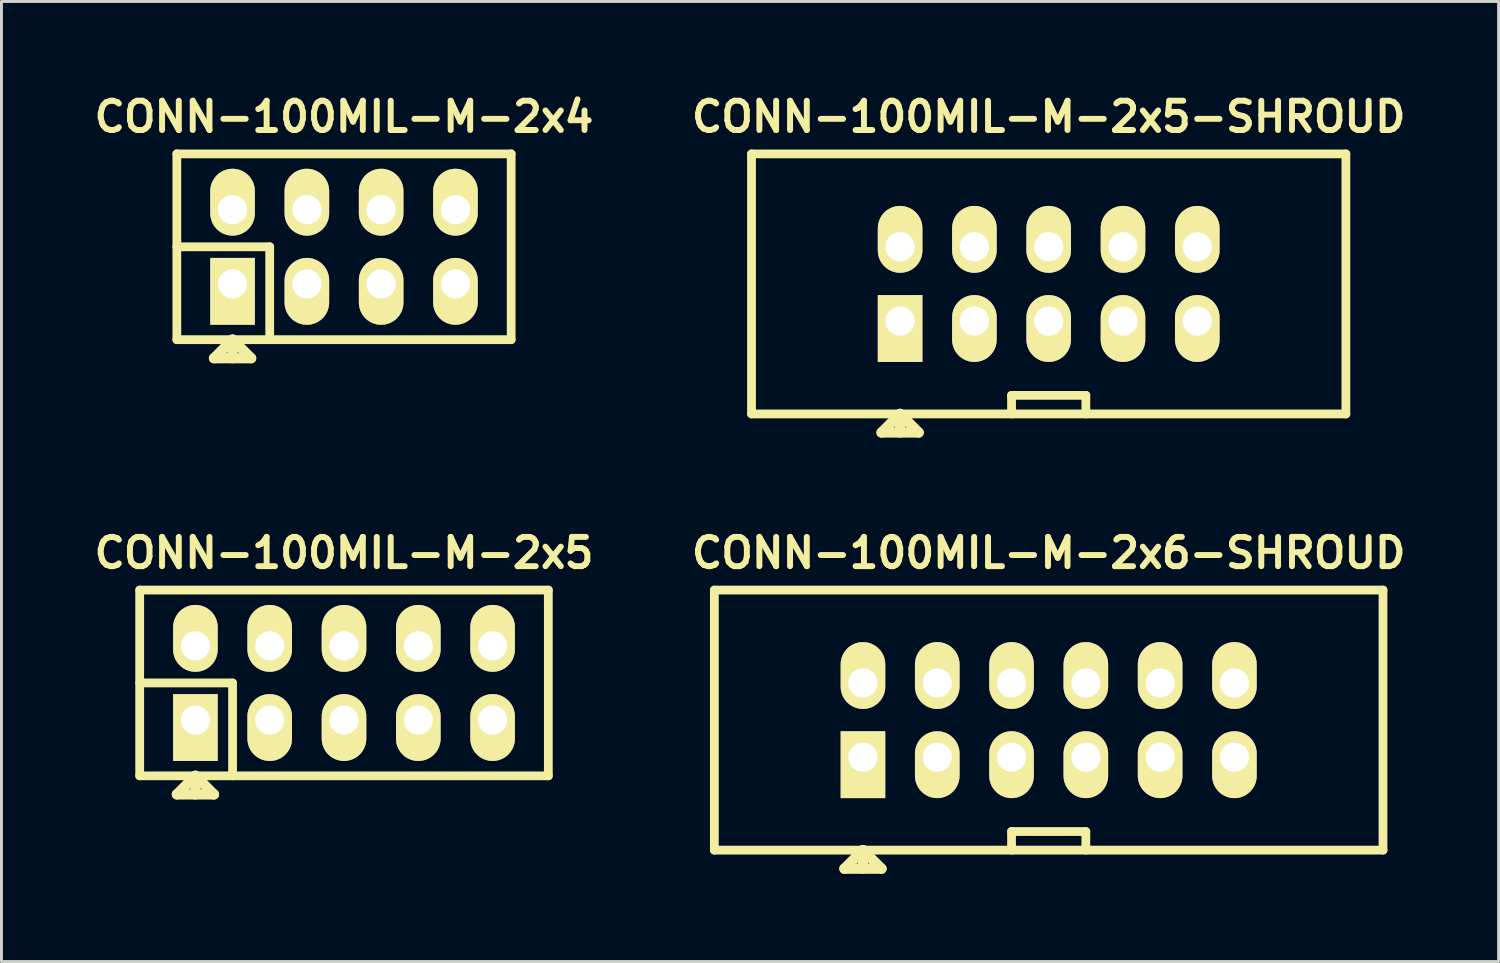
<source format=kicad_pcb>
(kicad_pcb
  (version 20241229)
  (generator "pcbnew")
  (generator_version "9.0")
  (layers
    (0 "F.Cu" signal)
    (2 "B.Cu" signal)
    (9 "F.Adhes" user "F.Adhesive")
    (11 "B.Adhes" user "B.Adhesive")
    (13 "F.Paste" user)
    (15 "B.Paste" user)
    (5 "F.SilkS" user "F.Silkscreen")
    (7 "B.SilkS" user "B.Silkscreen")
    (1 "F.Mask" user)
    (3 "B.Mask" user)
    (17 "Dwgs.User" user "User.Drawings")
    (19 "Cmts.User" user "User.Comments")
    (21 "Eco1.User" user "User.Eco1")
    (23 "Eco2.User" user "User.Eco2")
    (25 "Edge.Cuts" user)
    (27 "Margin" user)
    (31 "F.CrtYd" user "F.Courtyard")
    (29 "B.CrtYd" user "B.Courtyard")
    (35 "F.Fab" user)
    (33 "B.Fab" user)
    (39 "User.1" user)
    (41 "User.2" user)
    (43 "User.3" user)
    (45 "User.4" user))
  (footprint "CONN-100MIL-M-2x4"
    (layer "F.Cu")
    (at 8.711 5.387)
    (property "Reference" "CONN-100MIL-M-2x4" (at 0 -4.445 0) (layer "F.SilkS") (effects (font (size 1.001 1.001) (thickness 0.203))))
    (attr through_hole)
    (fp_line (start -5.715 -3.175) (end 5.715 -3.175) (stroke (width 0.3) (type solid)) (layer "F.SilkS"))
    (fp_line (start -5.715 0) (end -2.54 0) (stroke (width 0.3) (type solid)) (layer "F.SilkS"))
    (fp_line (start -5.715 3.175) (end -5.715 -3.175) (stroke (width 0.3) (type solid)) (layer "F.SilkS"))
    (fp_line (start -4.445 3.81) (end -3.175 3.81) (stroke (width 0.35) (type solid)) (layer "F.SilkS"))
    (fp_line (start -3.81 3.175) (end -4.445 3.81) (stroke (width 0.35) (type solid)) (layer "F.SilkS"))
    (fp_line (start -3.81 3.175) (end -3.81 3.81) (stroke (width 0.35) (type solid)) (layer "F.SilkS"))
    (fp_line (start -3.175 3.81) (end -3.81 3.175) (stroke (width 0.35) (type solid)) (layer "F.SilkS"))
    (fp_line (start -2.54 0) (end -2.54 3.175) (stroke (width 0.3) (type solid)) (layer "F.SilkS"))
    (fp_line (start 5.715 -3.175) (end 5.715 3.175) (stroke (width 0.3) (type solid)) (layer "F.SilkS"))
    (fp_line (start 5.715 3.175) (end -5.715 3.175) (stroke (width 0.3) (type solid)) (layer "F.SilkS"))
    (pad "1" thru_hole rect (at -3.81 1.27) (size 1.524 2.286) (drill 1 (offset 0 0.254)) (layers "*.Cu" "*.Mask" "F.SilkS"))
    (pad "2" thru_hole oval (at -3.81 -1.27) (size 1.524 2.286) (drill 1 (offset 0 -0.254)) (layers "*.Cu" "*.Mask" "F.SilkS"))
    (pad "3" thru_hole oval (at -1.27 1.27) (size 1.524 2.286) (drill 1 (offset 0 0.254)) (layers "*.Cu" "*.Mask" "F.SilkS"))
    (pad "4" thru_hole oval (at -1.27 -1.27) (size 1.524 2.286) (drill 1 (offset 0 -0.254)) (layers "*.Cu" "*.Mask" "F.SilkS"))
    (pad "5" thru_hole oval (at 1.27 1.27) (size 1.524 2.286) (drill 1 (offset 0 0.254)) (layers "*.Cu" "*.Mask" "F.SilkS"))
    (pad "6" thru_hole oval (at 1.27 -1.27) (size 1.524 2.286) (drill 1 (offset 0 -0.254)) (layers "*.Cu" "*.Mask" "F.SilkS"))
    (pad "7" thru_hole oval (at 3.81 1.27) (size 1.524 2.286) (drill 1 (offset 0 0.254)) (layers "*.Cu" "*.Mask" "F.SilkS"))
    (pad "8" thru_hole oval (at 3.81 -1.27) (size 1.524 2.286) (drill 1 (offset 0 -0.254)) (layers "*.Cu" "*.Mask" "F.SilkS")))
  (footprint "CONN-100MIL-M-2x5"
    (layer "F.Cu")
    (at 8.711 20.299)
    (property "Reference" "CONN-100MIL-M-2x5" (at 0 -4.445 0) (layer "F.SilkS") (effects (font (size 1.001 1.001) (thickness 0.203))))
    (attr through_hole)
    (fp_line (start -6.985 -3.175) (end 6.985 -3.175) (stroke (width 0.3) (type solid)) (layer "F.SilkS"))
    (fp_line (start -6.985 0) (end -3.81 0) (stroke (width 0.3) (type solid)) (layer "F.SilkS"))
    (fp_line (start -6.985 3.175) (end -6.985 -3.175) (stroke (width 0.3) (type solid)) (layer "F.SilkS"))
    (fp_line (start -5.715 3.81) (end -4.445 3.81) (stroke (width 0.35) (type solid)) (layer "F.SilkS"))
    (fp_line (start -5.08 3.175) (end -5.715 3.81) (stroke (width 0.35) (type solid)) (layer "F.SilkS"))
    (fp_line (start -5.08 3.175) (end -5.08 3.81) (stroke (width 0.35) (type solid)) (layer "F.SilkS"))
    (fp_line (start -4.445 3.81) (end -5.08 3.175) (stroke (width 0.35) (type solid)) (layer "F.SilkS"))
    (fp_line (start -3.81 0) (end -3.81 3.175) (stroke (width 0.3) (type solid)) (layer "F.SilkS"))
    (fp_line (start 6.985 -3.175) (end 6.985 3.175) (stroke (width 0.3) (type solid)) (layer "F.SilkS"))
    (fp_line (start 6.985 3.175) (end -6.985 3.175) (stroke (width 0.3) (type solid)) (layer "F.SilkS"))
    (pad "1" thru_hole rect (at -5.08 1.27) (size 1.524 2.286) (drill 1 (offset 0 0.254)) (layers "*.Cu" "*.Mask" "F.SilkS"))
    (pad "2" thru_hole oval (at -5.08 -1.27) (size 1.524 2.286) (drill 1 (offset 0 -0.254)) (layers "*.Cu" "*.Mask" "F.SilkS"))
    (pad "3" thru_hole oval (at -2.54 1.27) (size 1.524 2.286) (drill 1 (offset 0 0.254)) (layers "*.Cu" "*.Mask" "F.SilkS"))
    (pad "4" thru_hole oval (at -2.54 -1.27) (size 1.524 2.286) (drill 1 (offset 0 -0.254)) (layers "*.Cu" "*.Mask" "F.SilkS"))
    (pad "5" thru_hole oval (at 0 1.27) (size 1.524 2.286) (drill 1 (offset 0 0.254)) (layers "*.Cu" "*.Mask" "F.SilkS"))
    (pad "6" thru_hole oval (at 0 -1.27) (size 1.524 2.286) (drill 1 (offset 0 -0.254)) (layers "*.Cu" "*.Mask" "F.SilkS"))
    (pad "7" thru_hole oval (at 2.54 1.27) (size 1.524 2.286) (drill 1 (offset 0 0.254)) (layers "*.Cu" "*.Mask" "F.SilkS"))
    (pad "8" thru_hole oval (at 2.54 -1.27) (size 1.524 2.286) (drill 1 (offset 0 -0.254)) (layers "*.Cu" "*.Mask" "F.SilkS"))
    (pad "9" thru_hole oval (at 5.08 1.27) (size 1.524 2.286) (drill 1 (offset 0 0.254)) (layers "*.Cu" "*.Mask" "F.SilkS"))
    (pad "10" thru_hole oval (at 5.08 -1.27) (size 1.524 2.286) (drill 1 (offset 0 -0.254)) (layers "*.Cu" "*.Mask" "F.SilkS")))
  (footprint "CONN-100MIL-M-2x6-SHROUD"
    (layer "F.Cu")
    (at 32.803 21.569)
    (property "Reference" "CONN-100MIL-M-2x6-SHROUD" (at 0 -5.715 0) (layer "F.SilkS") (effects (font (size 1.001 1.001) (thickness 0.203))))
    (attr through_hole)
    (fp_line (start -11.43 4.445) (end -11.43 -4.445) (stroke (width 0.3) (type solid)) (layer "F.SilkS"))
    (fp_line (start -6.985 5.08) (end -5.715 5.08) (stroke (width 0.35) (type solid)) (layer "F.SilkS"))
    (fp_line (start -6.35 4.445) (end -6.985 5.08) (stroke (width 0.35) (type solid)) (layer "F.SilkS"))
    (fp_line (start -6.35 4.445) (end -6.35 5.08) (stroke (width 0.35) (type solid)) (layer "F.SilkS"))
    (fp_line (start -5.715 5.08) (end -6.35 4.445) (stroke (width 0.35) (type solid)) (layer "F.SilkS"))
    (fp_line (start -1.27 3.81) (end 1.27 3.81) (stroke (width 0.3) (type solid)) (layer "F.SilkS"))
    (fp_line (start -1.27 4.445) (end -1.27 3.81) (stroke (width 0.3) (type solid)) (layer "F.SilkS"))
    (fp_line (start 1.27 3.81) (end 1.27 4.445) (stroke (width 0.3) (type solid)) (layer "F.SilkS"))
    (fp_line (start 11.43 -4.445) (end -11.43 -4.445) (stroke (width 0.3) (type solid)) (layer "F.SilkS"))
    (fp_line (start 11.43 -4.445) (end 11.43 4.445) (stroke (width 0.3) (type solid)) (layer "F.SilkS"))
    (fp_line (start 11.43 4.445) (end -11.43 4.445) (stroke (width 0.3) (type solid)) (layer "F.SilkS"))
    (pad "1" thru_hole rect (at -6.35 1.27) (size 1.524 2.286) (drill 1 (offset 0 0.254)) (layers "*.Cu" "*.Mask" "F.SilkS"))
    (pad "2" thru_hole oval (at -6.35 -1.27) (size 1.524 2.286) (drill 1 (offset 0 -0.254)) (layers "*.Cu" "*.Mask" "F.SilkS"))
    (pad "3" thru_hole oval (at -3.81 1.27) (size 1.524 2.286) (drill 1 (offset 0 0.254)) (layers "*.Cu" "*.Mask" "F.SilkS"))
    (pad "4" thru_hole oval (at -3.81 -1.27) (size 1.524 2.286) (drill 1 (offset 0 -0.254)) (layers "*.Cu" "*.Mask" "F.SilkS"))
    (pad "5" thru_hole oval (at -1.27 1.27) (size 1.524 2.286) (drill 1 (offset 0 0.254)) (layers "*.Cu" "*.Mask" "F.SilkS"))
    (pad "6" thru_hole oval (at -1.27 -1.27) (size 1.524 2.286) (drill 1 (offset 0 -0.254)) (layers "*.Cu" "*.Mask" "F.SilkS"))
    (pad "7" thru_hole oval (at 1.27 1.27) (size 1.524 2.286) (drill 1 (offset 0 0.254)) (layers "*.Cu" "*.Mask" "F.SilkS"))
    (pad "8" thru_hole oval (at 1.27 -1.27) (size 1.524 2.286) (drill 1 (offset 0 -0.254)) (layers "*.Cu" "*.Mask" "F.SilkS"))
    (pad "9" thru_hole oval (at 3.81 1.27) (size 1.524 2.286) (drill 1 (offset 0 0.254)) (layers "*.Cu" "*.Mask" "F.SilkS"))
    (pad "10" thru_hole oval (at 3.81 -1.27) (size 1.524 2.286) (drill 1 (offset 0 -0.254)) (layers "*.Cu" "*.Mask" "F.SilkS"))
    (pad "11" thru_hole oval (at 6.35 1.27) (size 1.524 2.286) (drill 1 (offset 0 0.254)) (layers "*.Cu" "*.Mask" "F.SilkS"))
    (pad "12" thru_hole oval (at 6.35 -1.27) (size 1.524 2.286) (drill 1 (offset 0 -0.254)) (layers "*.Cu" "*.Mask" "F.SilkS")))
  (footprint "CONN-100MIL-M-2x5-SHROUD"
    (layer "F.Cu")
    (at 32.803 6.657)
    (property "Reference" "CONN-100MIL-M-2x5-SHROUD" (at 0 -5.715 0) (layer "F.SilkS") (effects (font (size 1.001 1.001) (thickness 0.203))))
    (attr through_hole)
    (fp_line (start -10.16 4.445) (end -10.16 -4.445) (stroke (width 0.3) (type solid)) (layer "F.SilkS"))
    (fp_line (start -5.715 5.08) (end -4.445 5.08) (stroke (width 0.35) (type solid)) (layer "F.SilkS"))
    (fp_line (start -5.08 4.445) (end -5.715 5.08) (stroke (width 0.35) (type solid)) (layer "F.SilkS"))
    (fp_line (start -5.08 4.445) (end -5.08 5.08) (stroke (width 0.35) (type solid)) (layer "F.SilkS"))
    (fp_line (start -4.445 5.08) (end -5.08 4.445) (stroke (width 0.35) (type solid)) (layer "F.SilkS"))
    (fp_line (start -1.27 3.81) (end 1.27 3.81) (stroke (width 0.3) (type solid)) (layer "F.SilkS"))
    (fp_line (start -1.27 4.445) (end -1.27 3.81) (stroke (width 0.3) (type solid)) (layer "F.SilkS"))
    (fp_line (start 1.27 3.81) (end 1.27 4.445) (stroke (width 0.3) (type solid)) (layer "F.SilkS"))
    (fp_line (start 10.16 -4.445) (end -10.16 -4.445) (stroke (width 0.3) (type solid)) (layer "F.SilkS"))
    (fp_line (start 10.16 -4.445) (end 10.16 4.445) (stroke (width 0.3) (type solid)) (layer "F.SilkS"))
    (fp_line (start 10.16 4.445) (end -10.16 4.445) (stroke (width 0.3) (type solid)) (layer "F.SilkS"))
    (pad "1" thru_hole rect (at -5.08 1.27) (size 1.524 2.286) (drill 1 (offset 0 0.254)) (layers "*.Cu" "*.Mask" "F.SilkS"))
    (pad "2" thru_hole oval (at -5.08 -1.27) (size 1.524 2.286) (drill 1 (offset 0 -0.254)) (layers "*.Cu" "*.Mask" "F.SilkS"))
    (pad "3" thru_hole oval (at -2.54 1.27) (size 1.524 2.286) (drill 1 (offset 0 0.254)) (layers "*.Cu" "*.Mask" "F.SilkS"))
    (pad "4" thru_hole oval (at -2.54 -1.27) (size 1.524 2.286) (drill 1 (offset 0 -0.254)) (layers "*.Cu" "*.Mask" "F.SilkS"))
    (pad "5" thru_hole oval (at 0 1.27) (size 1.524 2.286) (drill 1 (offset 0 0.254)) (layers "*.Cu" "*.Mask" "F.SilkS"))
    (pad "6" thru_hole oval (at 0 -1.27) (size 1.524 2.286) (drill 1 (offset 0 -0.254)) (layers "*.Cu" "*.Mask" "F.SilkS"))
    (pad "7" thru_hole oval (at 2.54 1.27) (size 1.524 2.286) (drill 1 (offset 0 0.254)) (layers "*.Cu" "*.Mask" "F.SilkS"))
    (pad "8" thru_hole oval (at 2.54 -1.27) (size 1.524 2.286) (drill 1 (offset 0 -0.254)) (layers "*.Cu" "*.Mask" "F.SilkS"))
    (pad "9" thru_hole oval (at 5.08 1.27) (size 1.524 2.286) (drill 1 (offset 0 0.254)) (layers "*.Cu" "*.Mask" "F.SilkS"))
    (pad "10" thru_hole oval (at 5.08 -1.27) (size 1.524 2.286) (drill 1 (offset 0 -0.254)) (layers "*.Cu" "*.Mask" "F.SilkS")))
  (gr_rect
    (start -3 -3)
    (end 48.184 29.824)
    (stroke (width 0.1) (type default))
    (fill no)
    (layer "Edge.Cuts")))
</source>
